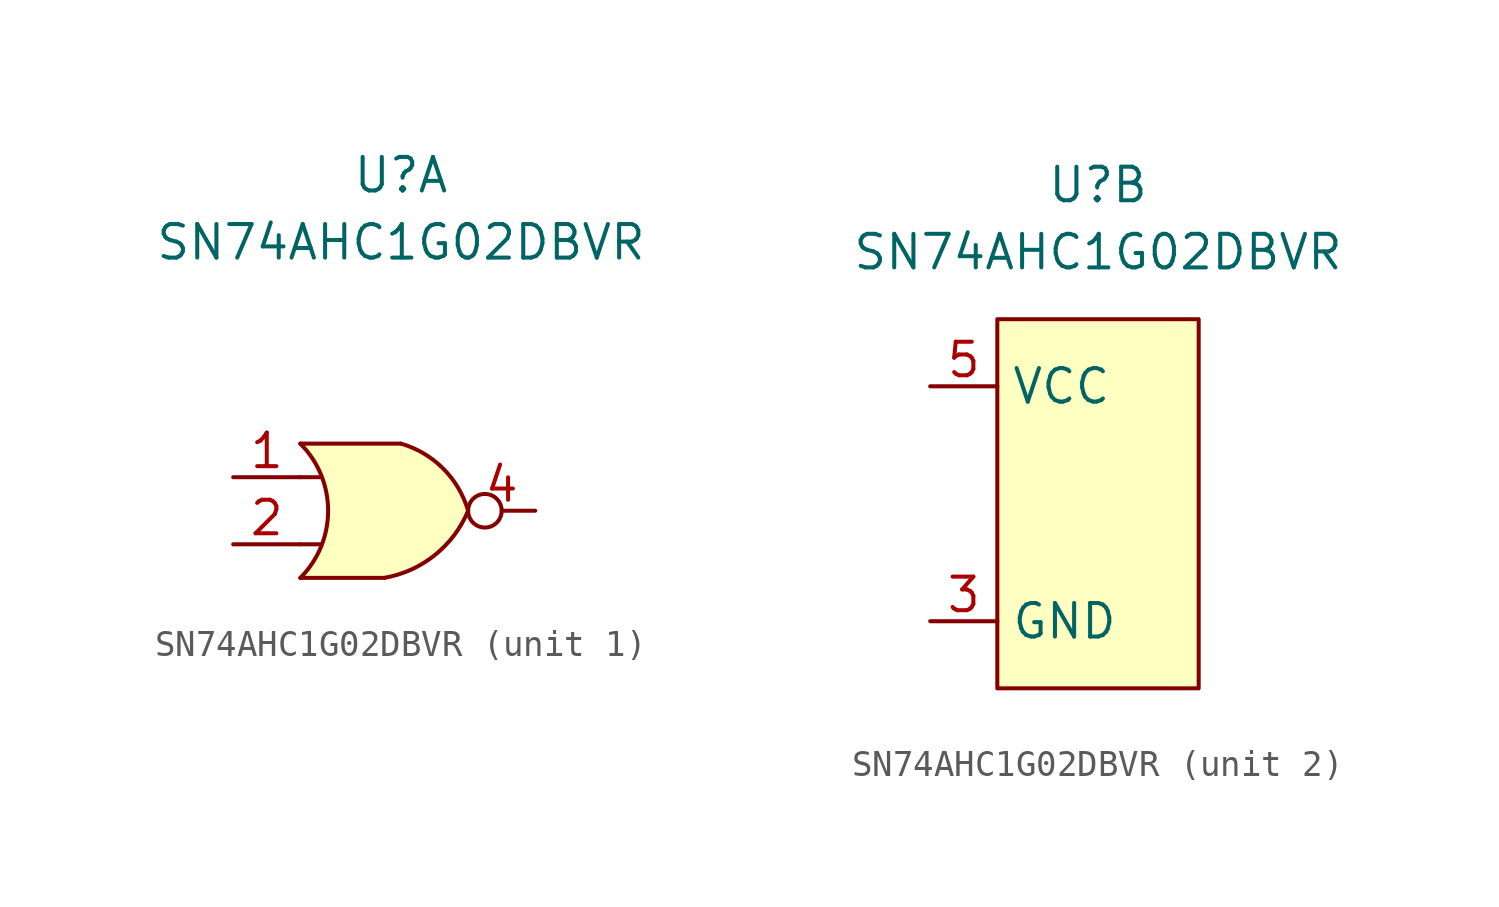
<source format=kicad_sym>
(kicad_symbol_lib
  (version 20220914)
  (generator kicad_symbol_editor)
  (symbol "SN74AHC1G02DBVR"
    (property "Reference" "U"
      (at 0 12.7 0)
      (effects (font (size 1.27 1.27))))
    (property "Value" "SN74AHC1G02DBVR"
      (at 0 10.16 0)
      (effects (font (size 1.27 1.27))))
    (symbol "SN74AHC1G02DBVR_1_1"
      (arc (start -3.81 -2.54) (mid -2.7579 0) (end -3.81 2.54) (stroke (width 0) (type default)) (fill (type none)))
      (arc (start -0.635 -2.54) (mid 1.2796 -1.6789) (end 2.54 0) (stroke (width 0) (type default)) (fill (type none)))
      (polyline (pts (xy -3.81 -1.27) (xy -3.048 -1.27)) (stroke (width 0) (type default)) (fill (type background)))
      (polyline (pts (xy -3.81 1.27) (xy -3.048 1.27)) (stroke (width 0) (type default)) (fill (type background)))
      (polyline (pts (xy -0.635 -2.54) (xy -3.81 -2.54)) (stroke (width 0) (type default)) (fill (type background)))
      (polyline (pts (xy 0 2.54) (xy -3.81 2.54)) (stroke (width 0) (type default)) (fill (type background)))
      (polyline (pts (xy -3.81 -2.54) (xy -3.302 -1.905) (xy -2.921 -1.143) (xy -2.794 -0.381) (xy -2.794 0.508) (xy -2.921 1.143) (xy -3.175 1.651) (xy -3.556 2.286) (xy -3.81 2.54) (xy 0 2.54) (xy 0.635 2.286) (xy 1.27 1.905) (xy 1.778 1.397) (xy 2.159 0.889) (xy 2.54 0) (xy 2.032 -0.889) (xy 1.27 -1.651) (xy 0.508 -2.159) (xy -0.635 -2.54) (xy -3.81 -2.54)) (stroke (width 0.01) (type default)) (fill (type background)))
      (arc (start 2.54 0) (mid 1.5963 1.5963) (end 0 2.54) (stroke (width 0) (type default)) (fill (type none)))
      (pin input line (at -6.35 1.27 0) (length 2.54) (name "~" (effects (font (size 1.27 1.27)))) (number "1" (effects (font (size 1.27 1.27)))))
      (pin input line (at -6.35 -1.27 0) (length 2.54) (name "~" (effects (font (size 1.27 1.27)))) (number "2" (effects (font (size 1.27 1.27)))))
      (pin output inverted (at 5.08 0 180) (length 2.54) (name "~" (effects (font (size 1.27 1.27)))) (number "4" (effects (font (size 1.27 1.27))))))
    (symbol "SN74AHC1G02DBVR_2_1"
      (rectangle (start -3.81 7.62) (end 3.81 -6.35) (stroke (width 0) (type default)) (fill (type background)))
      (pin power_in line (at -6.35 -3.81 0) (length 2.54) (name "GND" (effects (font (size 1.27 1.27)))) (number "3" (effects (font (size 1.27 1.27)))))
      (pin power_in line (at -6.35 5.08 0) (length 2.54) (name "VCC" (effects (font (size 1.27 1.27)))) (number "5" (effects (font (size 1.27 1.27))))))))
</source>
